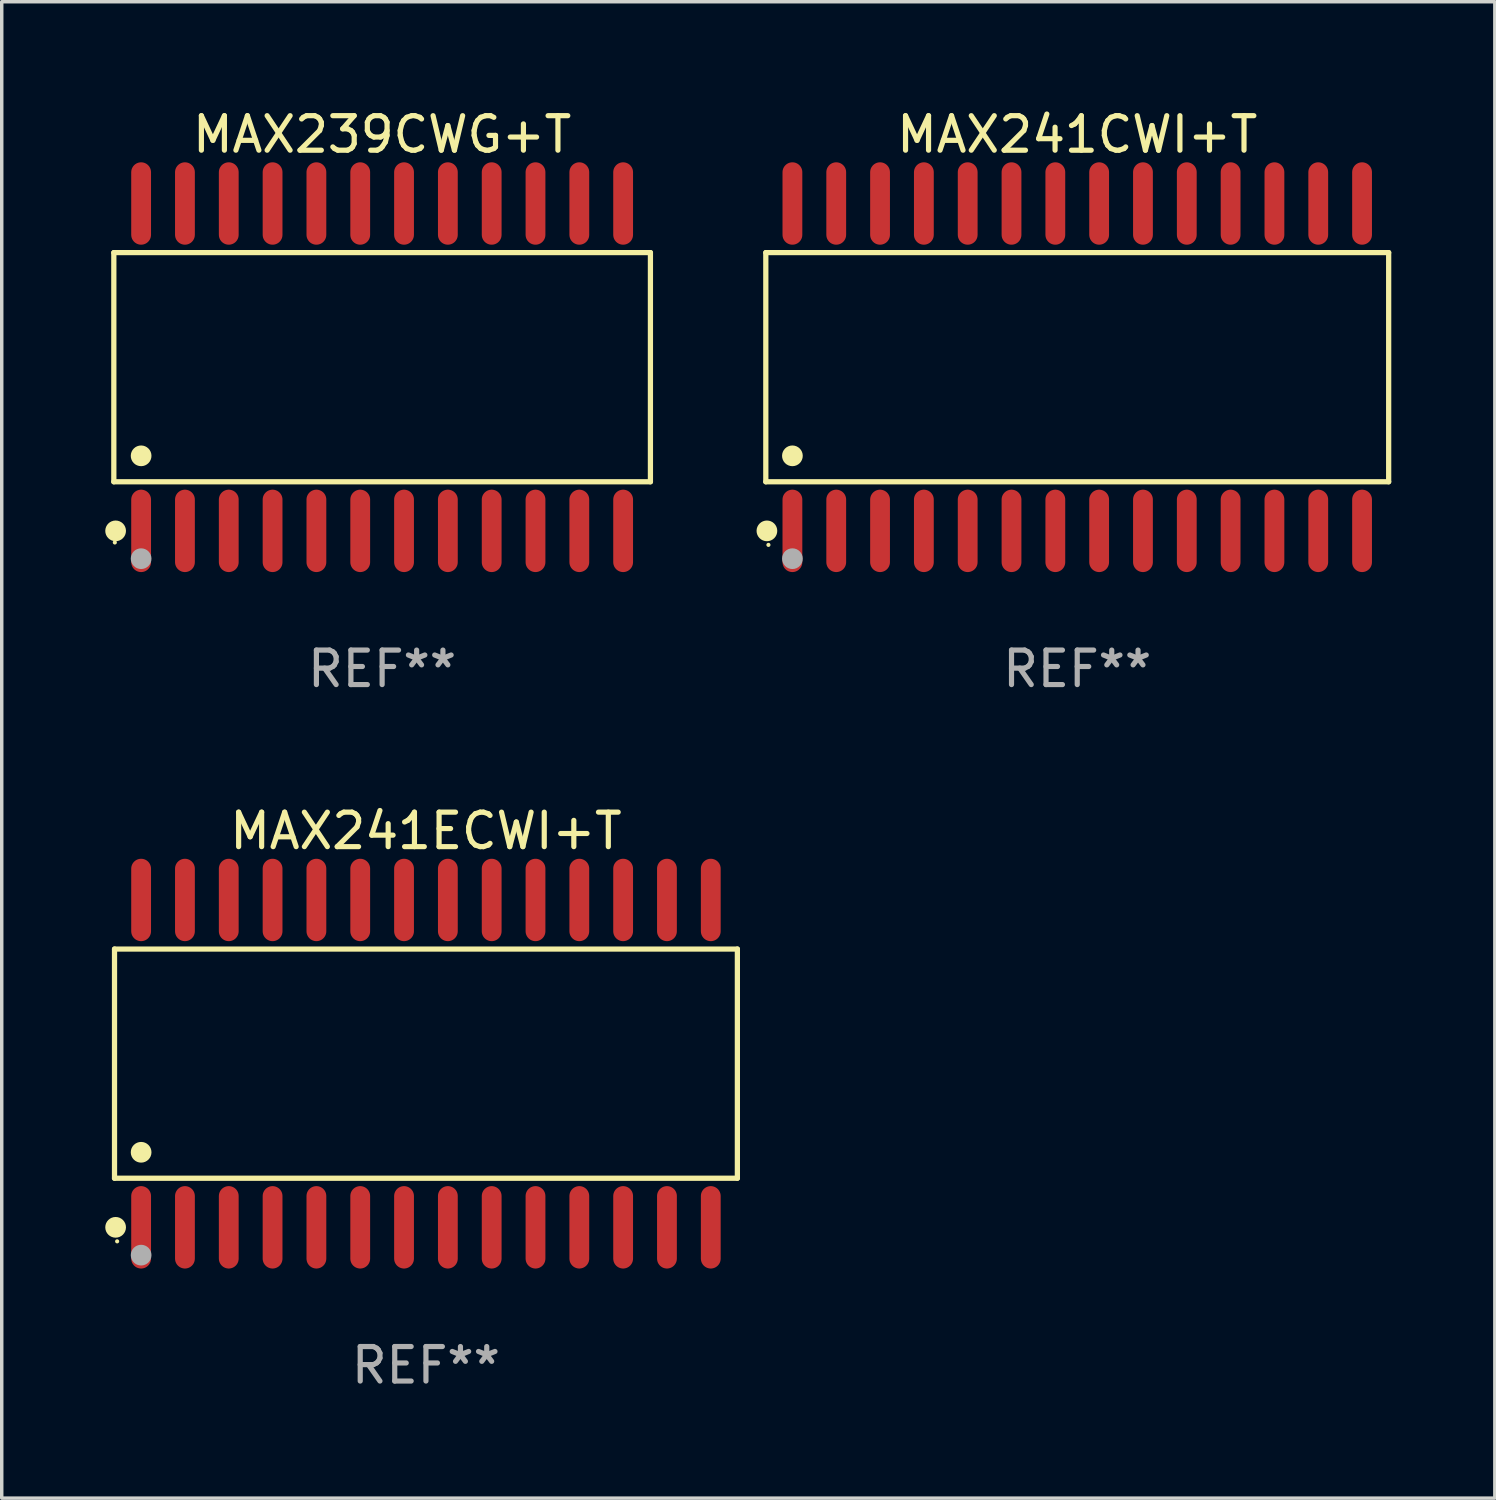
<source format=kicad_pcb>
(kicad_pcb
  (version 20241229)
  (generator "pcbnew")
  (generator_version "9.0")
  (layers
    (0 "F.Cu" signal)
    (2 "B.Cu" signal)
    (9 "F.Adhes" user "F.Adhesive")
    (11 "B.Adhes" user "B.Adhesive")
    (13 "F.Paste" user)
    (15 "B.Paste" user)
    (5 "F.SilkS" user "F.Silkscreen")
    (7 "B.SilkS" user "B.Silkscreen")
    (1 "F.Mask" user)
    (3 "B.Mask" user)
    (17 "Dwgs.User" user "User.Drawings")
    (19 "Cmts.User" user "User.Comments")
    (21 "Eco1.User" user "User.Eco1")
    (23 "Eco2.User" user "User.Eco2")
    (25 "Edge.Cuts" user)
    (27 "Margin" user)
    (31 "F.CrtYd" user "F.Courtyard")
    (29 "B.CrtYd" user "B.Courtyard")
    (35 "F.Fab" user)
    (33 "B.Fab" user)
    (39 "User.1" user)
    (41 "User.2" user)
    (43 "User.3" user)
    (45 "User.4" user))
  (footprint "MAX241ECWI+T"
    (layer "F.Cu")
    (at 9.295 27.777)
    (property "Reference" "MAX241ECWI+T" (at 0 -6.744 0) (layer "F.SilkS") (effects (font (size 1 1) (thickness 0.15))))
    (attr through_hole)
    (fp_line (start -9.026 -3.321) (end 9.026 -3.321) (stroke (width 0.152) (type solid)) (layer "F.SilkS"))
    (fp_line (start -9.026 3.321) (end -9.026 -3.321) (stroke (width 0.152) (type solid)) (layer "F.SilkS"))
    (fp_line (start 9.026 -3.321) (end 9.026 3.321) (stroke (width 0.152) (type solid)) (layer "F.SilkS"))
    (fp_line (start 9.026 3.321) (end -9.026 3.321) (stroke (width 0.152) (type solid)) (layer "F.SilkS"))
    (fp_circle (center -8.994 4.744) (end -8.844 4.744) (stroke (width 0.3) (type solid)) (fill no) (layer "F.SilkS"))
    (fp_circle (center -8.95 5.15) (end -8.92 5.15) (stroke (width 0.06) (type solid)) (fill no) (layer "F.SilkS"))
    (fp_circle (center -8.255 2.569) (end -8.105 2.569) (stroke (width 0.3) (type solid)) (fill no) (layer "F.SilkS"))
    (fp_circle (center -8.255 5.55) (end -8.105 5.55) (stroke (width 0.3) (type solid)) (fill no) (layer "F.Fab"))
    (fp_text user "REF**" (at 0 8.744 0) (layer "F.Fab") (effects (font (size 1 1) (thickness 0.15))))
    (pad "1" smd oval (at -8.255 4.744) (size 0.574 2.388) (layers "F.Cu" "F.Mask" "F.Paste"))
    (pad "2" smd oval (at -6.985 4.744) (size 0.574 2.388) (layers "F.Cu" "F.Mask" "F.Paste"))
    (pad "3" smd oval (at -5.715 4.744) (size 0.574 2.388) (layers "F.Cu" "F.Mask" "F.Paste"))
    (pad "4" smd oval (at -4.445 4.744) (size 0.574 2.388) (layers "F.Cu" "F.Mask" "F.Paste"))
    (pad "5" smd oval (at -3.175 4.744) (size 0.574 2.388) (layers "F.Cu" "F.Mask" "F.Paste"))
    (pad "6" smd oval (at -1.905 4.744) (size 0.574 2.388) (layers "F.Cu" "F.Mask" "F.Paste"))
    (pad "7" smd oval (at -0.635 4.744) (size 0.574 2.388) (layers "F.Cu" "F.Mask" "F.Paste"))
    (pad "8" smd oval (at 0.635 4.744) (size 0.574 2.388) (layers "F.Cu" "F.Mask" "F.Paste"))
    (pad "9" smd oval (at 1.905 4.744) (size 0.574 2.388) (layers "F.Cu" "F.Mask" "F.Paste"))
    (pad "10" smd oval (at 3.175 4.744) (size 0.574 2.388) (layers "F.Cu" "F.Mask" "F.Paste"))
    (pad "11" smd oval (at 4.445 4.744) (size 0.574 2.388) (layers "F.Cu" "F.Mask" "F.Paste"))
    (pad "12" smd oval (at 5.715 4.744) (size 0.574 2.388) (layers "F.Cu" "F.Mask" "F.Paste"))
    (pad "13" smd oval (at 6.985 4.744) (size 0.574 2.388) (layers "F.Cu" "F.Mask" "F.Paste"))
    (pad "14" smd oval (at 8.255 4.744) (size 0.574 2.388) (layers "F.Cu" "F.Mask" "F.Paste"))
    (pad "15" smd oval (at 8.255 -4.744) (size 0.574 2.388) (layers "F.Cu" "F.Mask" "F.Paste"))
    (pad "16" smd oval (at 6.985 -4.744) (size 0.574 2.388) (layers "F.Cu" "F.Mask" "F.Paste"))
    (pad "17" smd oval (at 5.715 -4.744) (size 0.574 2.388) (layers "F.Cu" "F.Mask" "F.Paste"))
    (pad "18" smd oval (at 4.445 -4.744) (size 0.574 2.388) (layers "F.Cu" "F.Mask" "F.Paste"))
    (pad "19" smd oval (at 3.175 -4.744) (size 0.574 2.388) (layers "F.Cu" "F.Mask" "F.Paste"))
    (pad "20" smd oval (at 1.905 -4.744) (size 0.574 2.388) (layers "F.Cu" "F.Mask" "F.Paste"))
    (pad "21" smd oval (at 0.635 -4.744) (size 0.574 2.388) (layers "F.Cu" "F.Mask" "F.Paste"))
    (pad "22" smd oval (at -0.635 -4.744) (size 0.574 2.388) (layers "F.Cu" "F.Mask" "F.Paste"))
    (pad "23" smd oval (at -1.905 -4.744) (size 0.574 2.388) (layers "F.Cu" "F.Mask" "F.Paste"))
    (pad "24" smd oval (at -3.175 -4.744) (size 0.574 2.388) (layers "F.Cu" "F.Mask" "F.Paste"))
    (pad "25" smd oval (at -4.445 -4.744) (size 0.574 2.388) (layers "F.Cu" "F.Mask" "F.Paste"))
    (pad "26" smd oval (at -5.715 -4.744) (size 0.574 2.388) (layers "F.Cu" "F.Mask" "F.Paste"))
    (pad "27" smd oval (at -6.985 -4.744) (size 0.574 2.388) (layers "F.Cu" "F.Mask" "F.Paste"))
    (pad "28" smd oval (at -8.255 -4.744) (size 0.574 2.388) (layers "F.Cu" "F.Mask" "F.Paste")))
  (footprint "MAX239CWG+T"
    (layer "F.Cu")
    (at 8.025 7.592)
    (property "Reference" "MAX239CWG+T" (at 0 -6.744 0) (layer "F.SilkS") (effects (font (size 1 1) (thickness 0.15))))
    (attr through_hole)
    (fp_line (start -7.776 -3.321) (end 7.776 -3.321) (stroke (width 0.152) (type solid)) (layer "F.SilkS"))
    (fp_line (start -7.776 3.321) (end -7.776 -3.321) (stroke (width 0.152) (type solid)) (layer "F.SilkS"))
    (fp_line (start 7.776 -3.321) (end 7.776 3.321) (stroke (width 0.152) (type solid)) (layer "F.SilkS"))
    (fp_line (start 7.776 3.321) (end -7.776 3.321) (stroke (width 0.152) (type solid)) (layer "F.SilkS"))
    (fp_circle (center -7.747 5.08) (end -7.717 5.08) (stroke (width 0.06) (type solid)) (fill no) (layer "F.SilkS"))
    (fp_circle (center -7.724 4.744) (end -7.574 4.744) (stroke (width 0.3) (type solid)) (fill no) (layer "F.SilkS"))
    (fp_circle (center -6.985 2.569) (end -6.835 2.569) (stroke (width 0.3) (type solid)) (fill no) (layer "F.SilkS"))
    (fp_circle (center -6.985 5.55) (end -6.835 5.55) (stroke (width 0.3) (type solid)) (fill no) (layer "F.Fab"))
    (fp_text user "REF**" (at 0 8.744 0) (layer "F.Fab") (effects (font (size 1 1) (thickness 0.15))))
    (pad "1" smd oval (at -6.985 4.744) (size 0.574 2.388) (layers "F.Cu" "F.Mask" "F.Paste"))
    (pad "2" smd oval (at -5.715 4.744) (size 0.574 2.388) (layers "F.Cu" "F.Mask" "F.Paste"))
    (pad "3" smd oval (at -4.445 4.744) (size 0.574 2.388) (layers "F.Cu" "F.Mask" "F.Paste"))
    (pad "4" smd oval (at -3.175 4.744) (size 0.574 2.388) (layers "F.Cu" "F.Mask" "F.Paste"))
    (pad "5" smd oval (at -1.905 4.744) (size 0.574 2.388) (layers "F.Cu" "F.Mask" "F.Paste"))
    (pad "6" smd oval (at -0.635 4.744) (size 0.574 2.388) (layers "F.Cu" "F.Mask" "F.Paste"))
    (pad "7" smd oval (at 0.635 4.744) (size 0.574 2.388) (layers "F.Cu" "F.Mask" "F.Paste"))
    (pad "8" smd oval (at 1.905 4.744) (size 0.574 2.388) (layers "F.Cu" "F.Mask" "F.Paste"))
    (pad "9" smd oval (at 3.175 4.744) (size 0.574 2.388) (layers "F.Cu" "F.Mask" "F.Paste"))
    (pad "10" smd oval (at 4.445 4.744) (size 0.574 2.388) (layers "F.Cu" "F.Mask" "F.Paste"))
    (pad "11" smd oval (at 5.715 4.744) (size 0.574 2.388) (layers "F.Cu" "F.Mask" "F.Paste"))
    (pad "12" smd oval (at 6.985 4.744) (size 0.574 2.388) (layers "F.Cu" "F.Mask" "F.Paste"))
    (pad "13" smd oval (at 6.985 -4.744) (size 0.574 2.388) (layers "F.Cu" "F.Mask" "F.Paste"))
    (pad "14" smd oval (at 5.715 -4.744) (size 0.574 2.388) (layers "F.Cu" "F.Mask" "F.Paste"))
    (pad "15" smd oval (at 4.445 -4.744) (size 0.574 2.388) (layers "F.Cu" "F.Mask" "F.Paste"))
    (pad "16" smd oval (at 3.175 -4.744) (size 0.574 2.388) (layers "F.Cu" "F.Mask" "F.Paste"))
    (pad "17" smd oval (at 1.905 -4.744) (size 0.574 2.388) (layers "F.Cu" "F.Mask" "F.Paste"))
    (pad "18" smd oval (at 0.635 -4.744) (size 0.574 2.388) (layers "F.Cu" "F.Mask" "F.Paste"))
    (pad "19" smd oval (at -0.635 -4.744) (size 0.574 2.388) (layers "F.Cu" "F.Mask" "F.Paste"))
    (pad "20" smd oval (at -1.905 -4.744) (size 0.574 2.388) (layers "F.Cu" "F.Mask" "F.Paste"))
    (pad "21" smd oval (at -3.175 -4.744) (size 0.574 2.388) (layers "F.Cu" "F.Mask" "F.Paste"))
    (pad "22" smd oval (at -4.445 -4.744) (size 0.574 2.388) (layers "F.Cu" "F.Mask" "F.Paste"))
    (pad "23" smd oval (at -5.715 -4.744) (size 0.574 2.388) (layers "F.Cu" "F.Mask" "F.Paste"))
    (pad "24" smd oval (at -6.985 -4.744) (size 0.574 2.388) (layers "F.Cu" "F.Mask" "F.Paste")))
  (footprint "MAX241CWI+T"
    (layer "F.Cu")
    (at 28.171 7.592)
    (property "Reference" "MAX241CWI+T" (at 0 -6.744 0) (layer "F.SilkS") (effects (font (size 1 1) (thickness 0.15))))
    (attr through_hole)
    (fp_line (start -9.026 -3.321) (end 9.026 -3.321) (stroke (width 0.152) (type solid)) (layer "F.SilkS"))
    (fp_line (start -9.026 3.321) (end -9.026 -3.321) (stroke (width 0.152) (type solid)) (layer "F.SilkS"))
    (fp_line (start 9.026 -3.321) (end 9.026 3.321) (stroke (width 0.152) (type solid)) (layer "F.SilkS"))
    (fp_line (start 9.026 3.321) (end -9.026 3.321) (stroke (width 0.152) (type solid)) (layer "F.SilkS"))
    (fp_circle (center -8.994 4.744) (end -8.844 4.744) (stroke (width 0.3) (type solid)) (fill no) (layer "F.SilkS"))
    (fp_circle (center -8.95 5.15) (end -8.92 5.15) (stroke (width 0.06) (type solid)) (fill no) (layer "F.SilkS"))
    (fp_circle (center -8.255 2.569) (end -8.105 2.569) (stroke (width 0.3) (type solid)) (fill no) (layer "F.SilkS"))
    (fp_circle (center -8.255 5.55) (end -8.105 5.55) (stroke (width 0.3) (type solid)) (fill no) (layer "F.Fab"))
    (fp_text user "REF**" (at 0 8.744 0) (layer "F.Fab") (effects (font (size 1 1) (thickness 0.15))))
    (pad "1" smd oval (at -8.255 4.744) (size 0.574 2.388) (layers "F.Cu" "F.Mask" "F.Paste"))
    (pad "2" smd oval (at -6.985 4.744) (size 0.574 2.388) (layers "F.Cu" "F.Mask" "F.Paste"))
    (pad "3" smd oval (at -5.715 4.744) (size 0.574 2.388) (layers "F.Cu" "F.Mask" "F.Paste"))
    (pad "4" smd oval (at -4.445 4.744) (size 0.574 2.388) (layers "F.Cu" "F.Mask" "F.Paste"))
    (pad "5" smd oval (at -3.175 4.744) (size 0.574 2.388) (layers "F.Cu" "F.Mask" "F.Paste"))
    (pad "6" smd oval (at -1.905 4.744) (size 0.574 2.388) (layers "F.Cu" "F.Mask" "F.Paste"))
    (pad "7" smd oval (at -0.635 4.744) (size 0.574 2.388) (layers "F.Cu" "F.Mask" "F.Paste"))
    (pad "8" smd oval (at 0.635 4.744) (size 0.574 2.388) (layers "F.Cu" "F.Mask" "F.Paste"))
    (pad "9" smd oval (at 1.905 4.744) (size 0.574 2.388) (layers "F.Cu" "F.Mask" "F.Paste"))
    (pad "10" smd oval (at 3.175 4.744) (size 0.574 2.388) (layers "F.Cu" "F.Mask" "F.Paste"))
    (pad "11" smd oval (at 4.445 4.744) (size 0.574 2.388) (layers "F.Cu" "F.Mask" "F.Paste"))
    (pad "12" smd oval (at 5.715 4.744) (size 0.574 2.388) (layers "F.Cu" "F.Mask" "F.Paste"))
    (pad "13" smd oval (at 6.985 4.744) (size 0.574 2.388) (layers "F.Cu" "F.Mask" "F.Paste"))
    (pad "14" smd oval (at 8.255 4.744) (size 0.574 2.388) (layers "F.Cu" "F.Mask" "F.Paste"))
    (pad "15" smd oval (at 8.255 -4.744) (size 0.574 2.388) (layers "F.Cu" "F.Mask" "F.Paste"))
    (pad "16" smd oval (at 6.985 -4.744) (size 0.574 2.388) (layers "F.Cu" "F.Mask" "F.Paste"))
    (pad "17" smd oval (at 5.715 -4.744) (size 0.574 2.388) (layers "F.Cu" "F.Mask" "F.Paste"))
    (pad "18" smd oval (at 4.445 -4.744) (size 0.574 2.388) (layers "F.Cu" "F.Mask" "F.Paste"))
    (pad "19" smd oval (at 3.175 -4.744) (size 0.574 2.388) (layers "F.Cu" "F.Mask" "F.Paste"))
    (pad "20" smd oval (at 1.905 -4.744) (size 0.574 2.388) (layers "F.Cu" "F.Mask" "F.Paste"))
    (pad "21" smd oval (at 0.635 -4.744) (size 0.574 2.388) (layers "F.Cu" "F.Mask" "F.Paste"))
    (pad "22" smd oval (at -0.635 -4.744) (size 0.574 2.388) (layers "F.Cu" "F.Mask" "F.Paste"))
    (pad "23" smd oval (at -1.905 -4.744) (size 0.574 2.388) (layers "F.Cu" "F.Mask" "F.Paste"))
    (pad "24" smd oval (at -3.175 -4.744) (size 0.574 2.388) (layers "F.Cu" "F.Mask" "F.Paste"))
    (pad "25" smd oval (at -4.445 -4.744) (size 0.574 2.388) (layers "F.Cu" "F.Mask" "F.Paste"))
    (pad "26" smd oval (at -5.715 -4.744) (size 0.574 2.388) (layers "F.Cu" "F.Mask" "F.Paste"))
    (pad "27" smd oval (at -6.985 -4.744) (size 0.574 2.388) (layers "F.Cu" "F.Mask" "F.Paste"))
    (pad "28" smd oval (at -8.255 -4.744) (size 0.574 2.388) (layers "F.Cu" "F.Mask" "F.Paste")))
  (gr_rect
    (start -3 -3)
    (end 40.274 40.369)
    (stroke (width 0.1) (type default))
    (fill no)
    (layer "Edge.Cuts")))
</source>
